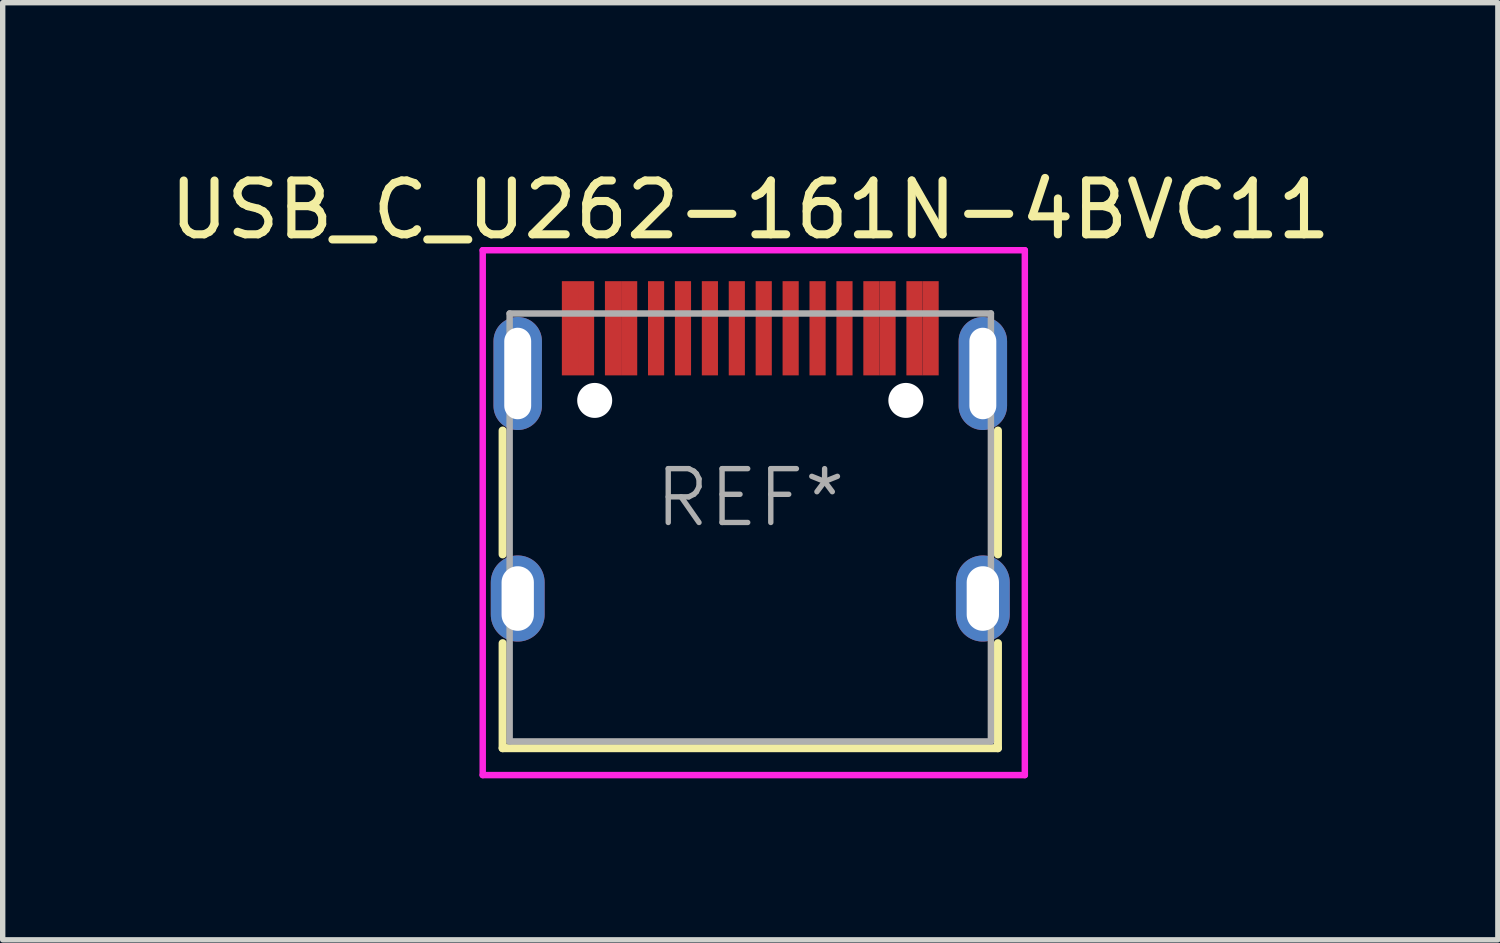
<source format=kicad_pcb>
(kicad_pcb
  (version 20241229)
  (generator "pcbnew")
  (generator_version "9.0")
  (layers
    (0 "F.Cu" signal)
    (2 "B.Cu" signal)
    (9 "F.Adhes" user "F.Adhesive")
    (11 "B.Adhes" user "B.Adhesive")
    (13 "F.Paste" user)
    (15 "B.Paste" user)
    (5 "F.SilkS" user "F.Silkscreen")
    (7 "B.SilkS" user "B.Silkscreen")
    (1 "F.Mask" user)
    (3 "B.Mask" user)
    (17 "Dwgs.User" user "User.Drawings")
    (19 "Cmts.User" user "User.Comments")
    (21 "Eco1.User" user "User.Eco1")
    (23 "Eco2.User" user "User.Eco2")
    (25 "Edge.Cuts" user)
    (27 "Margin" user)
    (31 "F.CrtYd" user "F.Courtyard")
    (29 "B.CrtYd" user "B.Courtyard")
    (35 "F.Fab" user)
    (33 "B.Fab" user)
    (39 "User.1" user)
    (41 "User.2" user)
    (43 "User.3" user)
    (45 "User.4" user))
  (footprint "USB_C_U262-161N-4BVC11"
    (layer "F.Cu")
    (at 10.887 6.198)
    (property "Reference" "USB_C_U262-161N-4BVC11" (at 0 -5.35 0) (layer "F.SilkS") (effects (font (size 1 1) (thickness 0.15))))
    (attr through_hole)
    (fp_line (start -4.6 1.05) (end -4.6 -1.25) (stroke (width 0.15) (type solid)) (layer "F.SilkS"))
    (fp_line (start -4.6 4.65) (end -4.6 2.7) (stroke (width 0.15) (type solid)) (layer "F.SilkS"))
    (fp_line (start 4.6 1.05) (end 4.6 -1.25) (stroke (width 0.15) (type solid)) (layer "F.SilkS"))
    (fp_line (start 4.6 4.65) (end -4.6 4.65) (stroke (width 0.15) (type solid)) (layer "F.SilkS"))
    (fp_line (start 4.6 4.65) (end 4.6 2.7) (stroke (width 0.15) (type solid)) (layer "F.SilkS"))
    (fp_line (start -4.97 -4.6) (end -4.97 5.15) (stroke (width 0.12) (type solid)) (layer "F.CrtYd"))
    (fp_line (start -4.97 -4.6) (end 5.1 -4.6) (stroke (width 0.12) (type solid)) (layer "F.CrtYd"))
    (fp_line (start -4.97 5.15) (end 5.1 5.15) (stroke (width 0.12) (type solid)) (layer "F.CrtYd"))
    (fp_line (start 5.1 -4.6) (end 5.1 5.15) (stroke (width 0.12) (type solid)) (layer "F.CrtYd"))
    (fp_line (start -4.47 -3.425) (end -4.47 4.525) (stroke (width 0.12) (type solid)) (layer "F.Fab"))
    (fp_line (start -4.47 -3.425) (end 4.47 -3.425) (stroke (width 0.12) (type solid)) (layer "F.Fab"))
    (fp_line (start 4.47 -3.425) (end 4.47 4.525) (stroke (width 0.12) (type solid)) (layer "F.Fab"))
    (fp_line (start 4.47 4.525) (end -4.47 4.525) (stroke (width 0.12) (type solid)) (layer "F.Fab"))
    (fp_text user "REF*" (at 0 0 0) (layer "F.Fab") (effects (font (size 1 1) (thickness 0.1))))
    (pad "" np_thru_hole circle (at -2.89 -1.81) (size 0.65 0.65) (drill 0.65) (layers "*.Cu" "*.Mask"))
    (pad "" np_thru_hole circle (at 2.89 -1.81) (size 0.65 0.65) (drill 0.65) (layers "*.Cu" "*.Mask"))
    (pad "A1" smd rect (at -3.35 -3.15) (size 0.3 1.75) (layers "F.Cu" "F.Mask" "F.Paste"))
    (pad "A4" smd rect (at -2.55 -3.15) (size 0.3 1.75) (layers "F.Cu" "F.Mask" "F.Paste"))
    (pad "A5" smd rect (at -1.25 -3.15) (size 0.3 1.75) (layers "F.Cu" "F.Mask" "F.Paste"))
    (pad "A6" smd rect (at -0.25 -3.15) (size 0.3 1.75) (layers "F.Cu" "F.Mask" "F.Paste"))
    (pad "A7" smd rect (at 0.25 -3.15) (size 0.3 1.75) (layers "F.Cu" "F.Mask" "F.Paste"))
    (pad "A8" smd rect (at 1.25 -3.15) (size 0.3 1.75) (layers "F.Cu" "F.Mask" "F.Paste"))
    (pad "A9" smd rect (at 2.55 -3.15) (size 0.3 1.75) (layers "F.Cu" "F.Mask" "F.Paste"))
    (pad "A12" smd rect (at 3.35 -3.15) (size 0.3 1.75) (layers "F.Cu" "F.Mask" "F.Paste"))
    (pad "B1" smd rect (at 3.05 -3.15) (size 0.3 1.75) (layers "F.Cu" "F.Mask" "F.Paste"))
    (pad "B4" smd rect (at 2.25 -3.15) (size 0.3 1.75) (layers "F.Cu" "F.Mask" "F.Paste"))
    (pad "B5" smd rect (at 1.75 -3.15) (size 0.3 1.75) (layers "F.Cu" "F.Mask" "F.Paste"))
    (pad "B6" smd rect (at 0.75 -3.15) (size 0.3 1.75) (layers "F.Cu" "F.Mask" "F.Paste"))
    (pad "B7" smd rect (at -0.75 -3.15) (size 0.3 1.75) (layers "F.Cu" "F.Mask" "F.Paste"))
    (pad "B8" smd rect (at -1.75 -3.15) (size 0.3 1.75) (layers "F.Cu" "F.Mask" "F.Paste"))
    (pad "B9" smd rect (at -2.25 -3.15) (size 0.3 1.75) (layers "F.Cu" "F.Mask" "F.Paste"))
    (pad "B12" smd rect (at -3.05 -3.15) (size 0.3 1.75) (layers "F.Cu" "F.Mask" "F.Paste"))
    (pad "S1" thru_hole oval (at -4.32 -2.31) (size 0.9 2.1) (drill oval 0.5 1.7) (layers "*.Cu" "*.Mask" "F.Paste"))
    (pad "S1" thru_hole oval (at -4.32 1.87) (size 1 1.6) (drill oval 0.6 1.2) (layers "*.Cu" "*.Mask" "F.Paste"))
    (pad "S1" thru_hole oval (at 4.32 -2.31) (size 0.9 2.1) (drill oval 0.5 1.7) (layers "*.Cu" "*.Mask" "F.Paste"))
    (pad "S1" thru_hole oval (at 4.32 1.87) (size 1 1.6) (drill oval 0.6 1.2) (layers "*.Cu" "*.Mask" "F.Paste")))
  (gr_rect
    (start -3 -3)
    (end 24.774 14.408)
    (stroke (width 0.1) (type default))
    (fill no)
    (layer "Edge.Cuts")))
</source>
